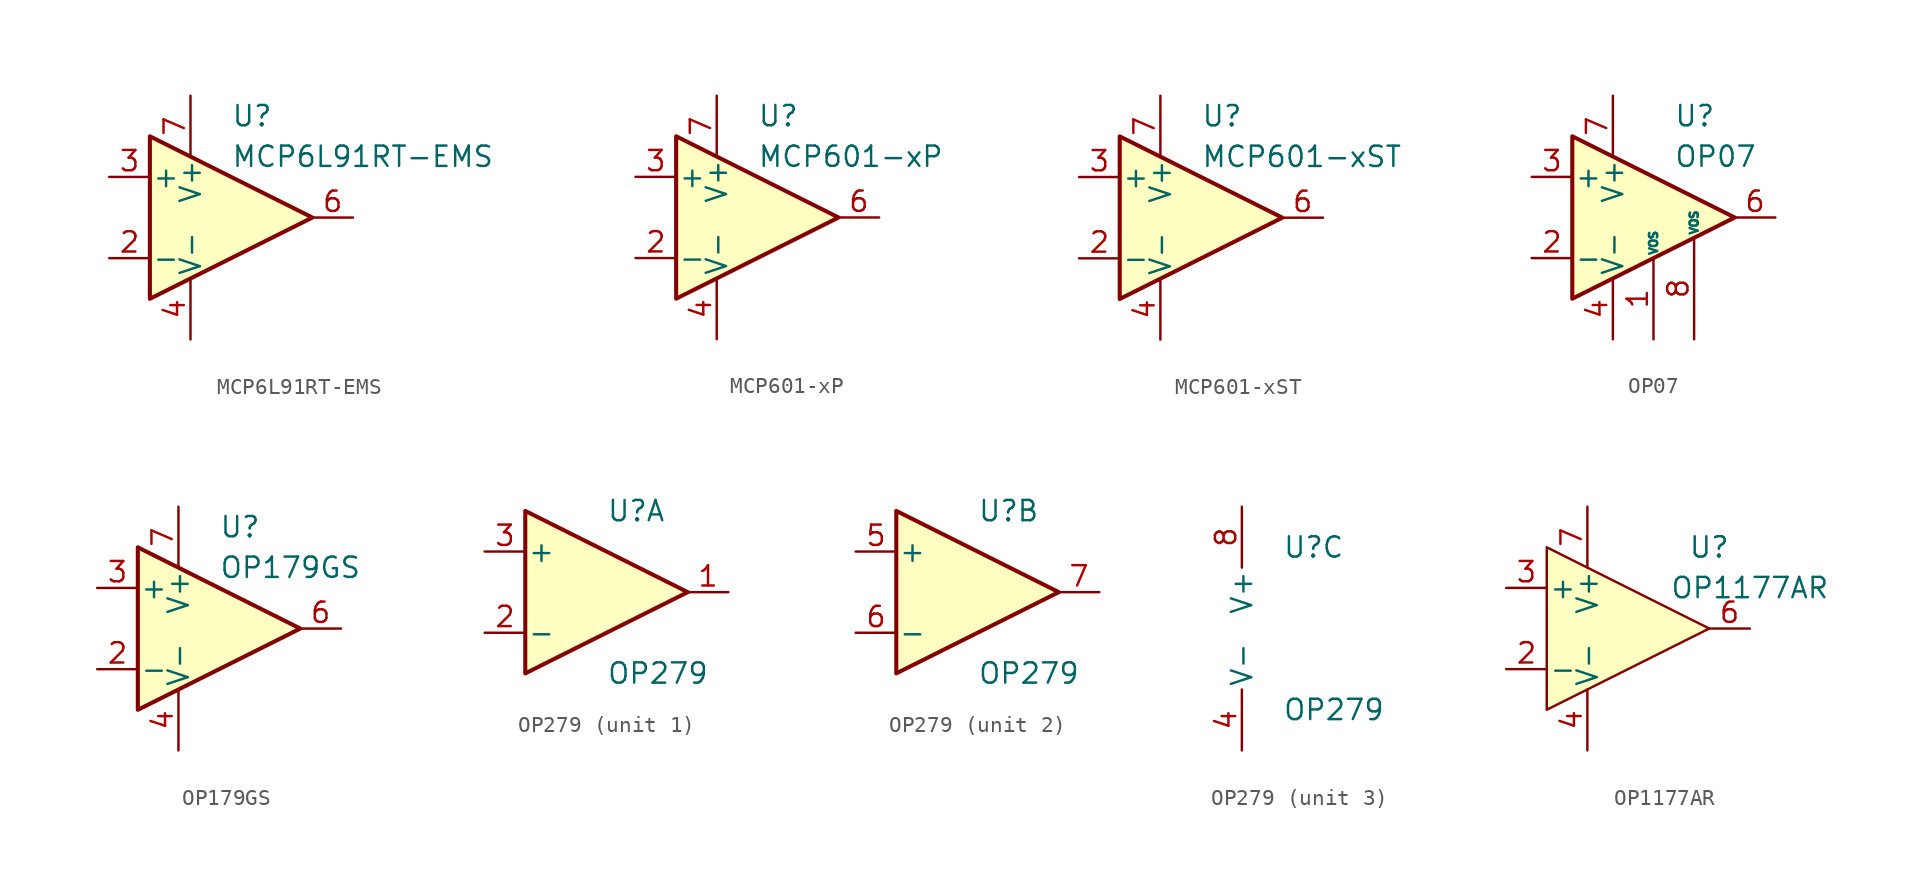
<source format=kicad_sym>
(kicad_symbol_lib
  (version 20200908)
  (generator kicad_symbol_editor)
  (symbol "Amplifier_Operational:MCP6L91RT-EMS"
    (pin_names
      (offset 0.127))
    (property "Reference" "U"
      (at 0 6.35 0)
      (effects (font (size 1.27 1.27)) (justify left)))
    (property "Value" "MCP6L91RT-EMS"
      (at 0 3.81 0)
      (effects (font (size 1.27 1.27)) (justify left)))
    (symbol "MCP6L91RT-EMS_0_1"
      (polyline (pts (xy -5.08 5.08) (xy 5.08 0) (xy -5.08 -5.08) (xy -5.08 5.08)) (stroke (width 0.254)) (fill (type background))))
    (symbol "MCP6L91RT-EMS_1_1"
      (pin unconnected line (at -2.54 2.54 270) (length 2.54) hide (name "NC" (effects (font (size 1.27 1.27)))) (number "1" (effects (font (size 1.27 1.27)))))
      (pin input line (at -7.62 -2.54 0) (length 2.54) (name "-" (effects (font (size 1.27 1.27)))) (number "2" (effects (font (size 1.27 1.27)))))
      (pin input line (at -7.62 2.54 0) (length 2.54) (name "+" (effects (font (size 1.27 1.27)))) (number "3" (effects (font (size 1.27 1.27)))))
      (pin power_in line (at -2.54 -7.62 90) (length 3.81) (name "V-" (effects (font (size 1.27 1.27)))) (number "4" (effects (font (size 1.27 1.27)))))
      (pin unconnected line (at 0 2.54 270) (length 2.54) hide (name "NC" (effects (font (size 1.27 1.27)))) (number "5" (effects (font (size 1.27 1.27)))))
      (pin output line (at 7.62 0 180) (length 2.54) (name "~" (effects (font (size 1.27 1.27)))) (number "6" (effects (font (size 1.27 1.27)))))
      (pin power_in line (at -2.54 7.62 270) (length 3.81) (name "V+" (effects (font (size 1.27 1.27)))) (number "7" (effects (font (size 1.27 1.27)))))
      (pin unconnected line (at 0 -2.54 90) (length 2.54) hide (name "NC" (effects (font (size 1.27 1.27)))) (number "8" (effects (font (size 1.27 1.27)))))))
  (symbol "Amplifier_Operational:MCP601-xP"
    (pin_names
      (offset 0.127))
    (property "Reference" "U"
      (at 0 6.35 0)
      (effects (font (size 1.27 1.27)) (justify left)))
    (property "Value" "MCP601-xP"
      (at 0 3.81 0)
      (effects (font (size 1.27 1.27)) (justify left)))
    (symbol "MCP601-xP_0_1"
      (polyline (pts (xy -5.08 5.08) (xy 5.08 0) (xy -5.08 -5.08) (xy -5.08 5.08)) (stroke (width 0.254)) (fill (type background))))
    (symbol "MCP601-xP_1_1"
      (pin unconnected line (at -5.08 -2.54 90) (length 2.54) hide (name "NC" (effects (font (size 1.27 1.27)))) (number "1" (effects (font (size 1.27 1.27)))))
      (pin input line (at -7.62 -2.54 0) (length 2.54) (name "-" (effects (font (size 1.27 1.27)))) (number "2" (effects (font (size 1.27 1.27)))))
      (pin input line (at -7.62 2.54 0) (length 2.54) (name "+" (effects (font (size 1.27 1.27)))) (number "3" (effects (font (size 1.27 1.27)))))
      (pin power_in line (at -2.54 -7.62 90) (length 3.81) (name "V-" (effects (font (size 1.27 1.27)))) (number "4" (effects (font (size 1.27 1.27)))))
      (pin unconnected line (at -2.54 -2.54 90) (length 2.54) hide (name "NC" (effects (font (size 1.27 1.27)))) (number "5" (effects (font (size 1.27 1.27)))))
      (pin output line (at 7.62 0 180) (length 2.54) (name "~" (effects (font (size 1.27 1.27)))) (number "6" (effects (font (size 1.27 1.27)))))
      (pin power_in line (at -2.54 7.62 270) (length 3.81) (name "V+" (effects (font (size 1.27 1.27)))) (number "7" (effects (font (size 1.27 1.27)))))
      (pin unconnected line (at 0 -2.54 90) (length 2.54) hide (name "NC" (effects (font (size 1.27 1.27)))) (number "8" (effects (font (size 1.27 1.27)))))))
  (symbol "Amplifier_Operational:MCP601-xST"
    (pin_names
      (offset 0.127))
    (property "Reference" "U"
      (at 0 6.35 0)
      (effects (font (size 1.27 1.27)) (justify left)))
    (property "Value" "MCP601-xST"
      (at 0 3.81 0)
      (effects (font (size 1.27 1.27)) (justify left)))
    (symbol "MCP601-xST_0_1"
      (polyline (pts (xy -5.08 5.08) (xy 5.08 0) (xy -5.08 -5.08) (xy -5.08 5.08)) (stroke (width 0.254)) (fill (type background))))
    (symbol "MCP601-xST_1_1"
      (pin unconnected line (at -2.54 2.54 270) (length 2.54) hide (name "NC" (effects (font (size 1.27 1.27)))) (number "1" (effects (font (size 1.27 1.27)))))
      (pin input line (at -7.62 -2.54 0) (length 2.54) (name "-" (effects (font (size 1.27 1.27)))) (number "2" (effects (font (size 1.27 1.27)))))
      (pin input line (at -7.62 2.54 0) (length 2.54) (name "+" (effects (font (size 1.27 1.27)))) (number "3" (effects (font (size 1.27 1.27)))))
      (pin power_in line (at -2.54 -7.62 90) (length 3.81) (name "V-" (effects (font (size 1.27 1.27)))) (number "4" (effects (font (size 1.27 1.27)))))
      (pin unconnected line (at 0 2.54 270) (length 2.54) hide (name "NC" (effects (font (size 1.27 1.27)))) (number "5" (effects (font (size 1.27 1.27)))))
      (pin output line (at 7.62 0 180) (length 2.54) (name "~" (effects (font (size 1.27 1.27)))) (number "6" (effects (font (size 1.27 1.27)))))
      (pin power_in line (at -2.54 7.62 270) (length 3.81) (name "V+" (effects (font (size 1.27 1.27)))) (number "7" (effects (font (size 1.27 1.27)))))
      (pin unconnected line (at 0 -2.54 90) (length 2.54) hide (name "NC" (effects (font (size 1.27 1.27)))) (number "8" (effects (font (size 1.27 1.27)))))))
  (symbol "Amplifier_Operational:OP07"
    (pin_names
      (offset 0.127))
    (property "Reference" "U"
      (at 1.27 6.35 0)
      (effects (font (size 1.27 1.27)) (justify left)))
    (property "Value" "OP07"
      (at 1.27 3.81 0)
      (effects (font (size 1.27 1.27)) (justify left)))
    (symbol "OP07_0_1"
      (polyline (pts (xy -5.08 5.08) (xy 5.08 0) (xy -5.08 -5.08) (xy -5.08 5.08)) (stroke (width 0.254)) (fill (type background))))
    (symbol "OP07_1_1"
      (pin input line (at 0 -7.62 90) (length 5.08) (name "VOS" (effects (font (size 0.508 0.508)))) (number "1" (effects (font (size 1.27 1.27)))))
      (pin input line (at -7.62 -2.54 0) (length 2.54) (name "-" (effects (font (size 1.27 1.27)))) (number "2" (effects (font (size 1.27 1.27)))))
      (pin input line (at -7.62 2.54 0) (length 2.54) (name "+" (effects (font (size 1.27 1.27)))) (number "3" (effects (font (size 1.27 1.27)))))
      (pin power_in line (at -2.54 -7.62 90) (length 3.81) (name "V-" (effects (font (size 1.27 1.27)))) (number "4" (effects (font (size 1.27 1.27)))))
      (pin unconnected line (at 0 2.54 270) (length 2.54) hide (name "NC" (effects (font (size 1.27 1.27)))) (number "5" (effects (font (size 1.27 1.27)))))
      (pin output line (at 7.62 0 180) (length 2.54) (name "~" (effects (font (size 1.27 1.27)))) (number "6" (effects (font (size 1.27 1.27)))))
      (pin power_in line (at -2.54 7.62 270) (length 3.81) (name "V+" (effects (font (size 1.27 1.27)))) (number "7" (effects (font (size 1.27 1.27)))))
      (pin input line (at 2.54 -7.62 90) (length 6.35) (name "VOS" (effects (font (size 0.508 0.508)))) (number "8" (effects (font (size 1.27 1.27)))))))
  (symbol "Amplifier_Operational:OP179GS"
    (pin_names
      (offset 0.127))
    (property "Reference" "U"
      (at 0 6.35 0)
      (effects (font (size 1.27 1.27)) (justify left)))
    (property "Value" "OP179GS"
      (at 0 3.81 0)
      (effects (font (size 1.27 1.27)) (justify left)))
    (symbol "OP179GS_0_1"
      (polyline (pts (xy -5.08 5.08) (xy 5.08 0) (xy -5.08 -5.08) (xy -5.08 5.08)) (stroke (width 0.254)) (fill (type background))))
    (symbol "OP179GS_1_1"
      (pin unconnected line (at -5.08 -2.54 90) (length 2.54) hide (name "NC" (effects (font (size 1.27 1.27)))) (number "1" (effects (font (size 1.27 1.27)))))
      (pin input line (at -7.62 -2.54 0) (length 2.54) (name "-" (effects (font (size 1.27 1.27)))) (number "2" (effects (font (size 1.27 1.27)))))
      (pin input line (at -7.62 2.54 0) (length 2.54) (name "+" (effects (font (size 1.27 1.27)))) (number "3" (effects (font (size 1.27 1.27)))))
      (pin power_in line (at -2.54 -7.62 90) (length 3.81) (name "V-" (effects (font (size 1.27 1.27)))) (number "4" (effects (font (size 1.27 1.27)))))
      (pin unconnected line (at -2.54 -2.54 90) (length 2.54) hide (name "NC" (effects (font (size 1.27 1.27)))) (number "5" (effects (font (size 1.27 1.27)))))
      (pin output line (at 7.62 0 180) (length 2.54) (name "~" (effects (font (size 1.27 1.27)))) (number "6" (effects (font (size 1.27 1.27)))))
      (pin power_in line (at -2.54 7.62 270) (length 3.81) (name "V+" (effects (font (size 1.27 1.27)))) (number "7" (effects (font (size 1.27 1.27)))))
      (pin unconnected line (at 0 -2.54 90) (length 2.54) hide (name "NC" (effects (font (size 1.27 1.27)))) (number "8" (effects (font (size 1.27 1.27)))))))
  (symbol "Amplifier_Operational:OP279"
    (pin_names
      (offset 0.127))
    (property "Reference" "U"
      (at 0 5.08 0)
      (effects (font (size 1.27 1.27)) (justify left)))
    (property "Value" "OP279"
      (at 0 -5.08 0)
      (effects (font (size 1.27 1.27)) (justify left)))
    (property "ki_locked" ""
      (at 0 0 0)
      (effects (font (size 1.27 1.27))))
    (symbol "OP279_1_1"
      (polyline (pts (xy -5.08 5.08) (xy 5.08 0) (xy -5.08 -5.08) (xy -5.08 5.08)) (stroke (width 0.254)) (fill (type background)))
      (pin output line (at 7.62 0 180) (length 2.54) (name "~" (effects (font (size 1.27 1.27)))) (number "1" (effects (font (size 1.27 1.27)))))
      (pin input line (at -7.62 -2.54 0) (length 2.54) (name "-" (effects (font (size 1.27 1.27)))) (number "2" (effects (font (size 1.27 1.27)))))
      (pin input line (at -7.62 2.54 0) (length 2.54) (name "+" (effects (font (size 1.27 1.27)))) (number "3" (effects (font (size 1.27 1.27))))))
    (symbol "OP279_2_1"
      (polyline (pts (xy -5.08 5.08) (xy 5.08 0) (xy -5.08 -5.08) (xy -5.08 5.08)) (stroke (width 0.254)) (fill (type background)))
      (pin input line (at -7.62 2.54 0) (length 2.54) (name "+" (effects (font (size 1.27 1.27)))) (number "5" (effects (font (size 1.27 1.27)))))
      (pin input line (at -7.62 -2.54 0) (length 2.54) (name "-" (effects (font (size 1.27 1.27)))) (number "6" (effects (font (size 1.27 1.27)))))
      (pin output line (at 7.62 0 180) (length 2.54) (name "~" (effects (font (size 1.27 1.27)))) (number "7" (effects (font (size 1.27 1.27))))))
    (symbol "OP279_3_1"
      (pin power_in line (at -2.54 -7.62 90) (length 3.81) (name "V-" (effects (font (size 1.27 1.27)))) (number "4" (effects (font (size 1.27 1.27)))))
      (pin power_in line (at -2.54 7.62 270) (length 3.81) (name "V+" (effects (font (size 1.27 1.27)))) (number "8" (effects (font (size 1.27 1.27)))))))
  (symbol "Amplifier_Operational:OP1177AR"
    (pin_names
      (offset 0.127))
    (property "Reference" "U"
      (at 5.08 5.08 0)
      (effects (font (size 1.27 1.27))))
    (property "Value" "OP1177AR"
      (at 7.62 2.54 0)
      (effects (font (size 1.27 1.27))))
    (symbol "OP1177AR_0_1"
      (polyline (pts (xy -5.08 5.08) (xy -5.08 -5.08) (xy 5.08 0) (xy -5.08 5.08)) (stroke (width 0)) (fill (type background))))
    (symbol "OP1177AR_1_1"
      (pin unconnected line (at -5.08 0 0) (length 3.81) hide (name "NC" (effects (font (size 1.27 1.27)))) (number "1" (effects (font (size 1.27 1.27)))))
      (pin input line (at -7.62 -2.54 0) (length 2.54) (name "-" (effects (font (size 1.27 1.27)))) (number "2" (effects (font (size 1.27 1.27)))))
      (pin input line (at -7.62 2.54 0) (length 2.54) (name "+" (effects (font (size 1.27 1.27)))) (number "3" (effects (font (size 1.27 1.27)))))
      (pin power_in line (at -2.54 -7.62 90) (length 3.81) (name "V-" (effects (font (size 1.27 1.27)))) (number "4" (effects (font (size 1.27 1.27)))))
      (pin unconnected line (at 0 -2.54 90) (length 3.81) hide (name "NC" (effects (font (size 1.27 1.27)))) (number "5" (effects (font (size 1.27 1.27)))))
      (pin output line (at 7.62 0 180) (length 2.54) (name "~" (effects (font (size 1.27 1.27)))) (number "6" (effects (font (size 1.27 1.27)))))
      (pin power_in line (at -2.54 7.62 270) (length 3.81) (name "V+" (effects (font (size 1.27 1.27)))) (number "7" (effects (font (size 1.27 1.27)))))
      (pin unconnected line (at 0 2.54 270) (length 3.81) hide (name "NC" (effects (font (size 1.27 1.27)))) (number "8" (effects (font (size 1.27 1.27))))))))
</source>
